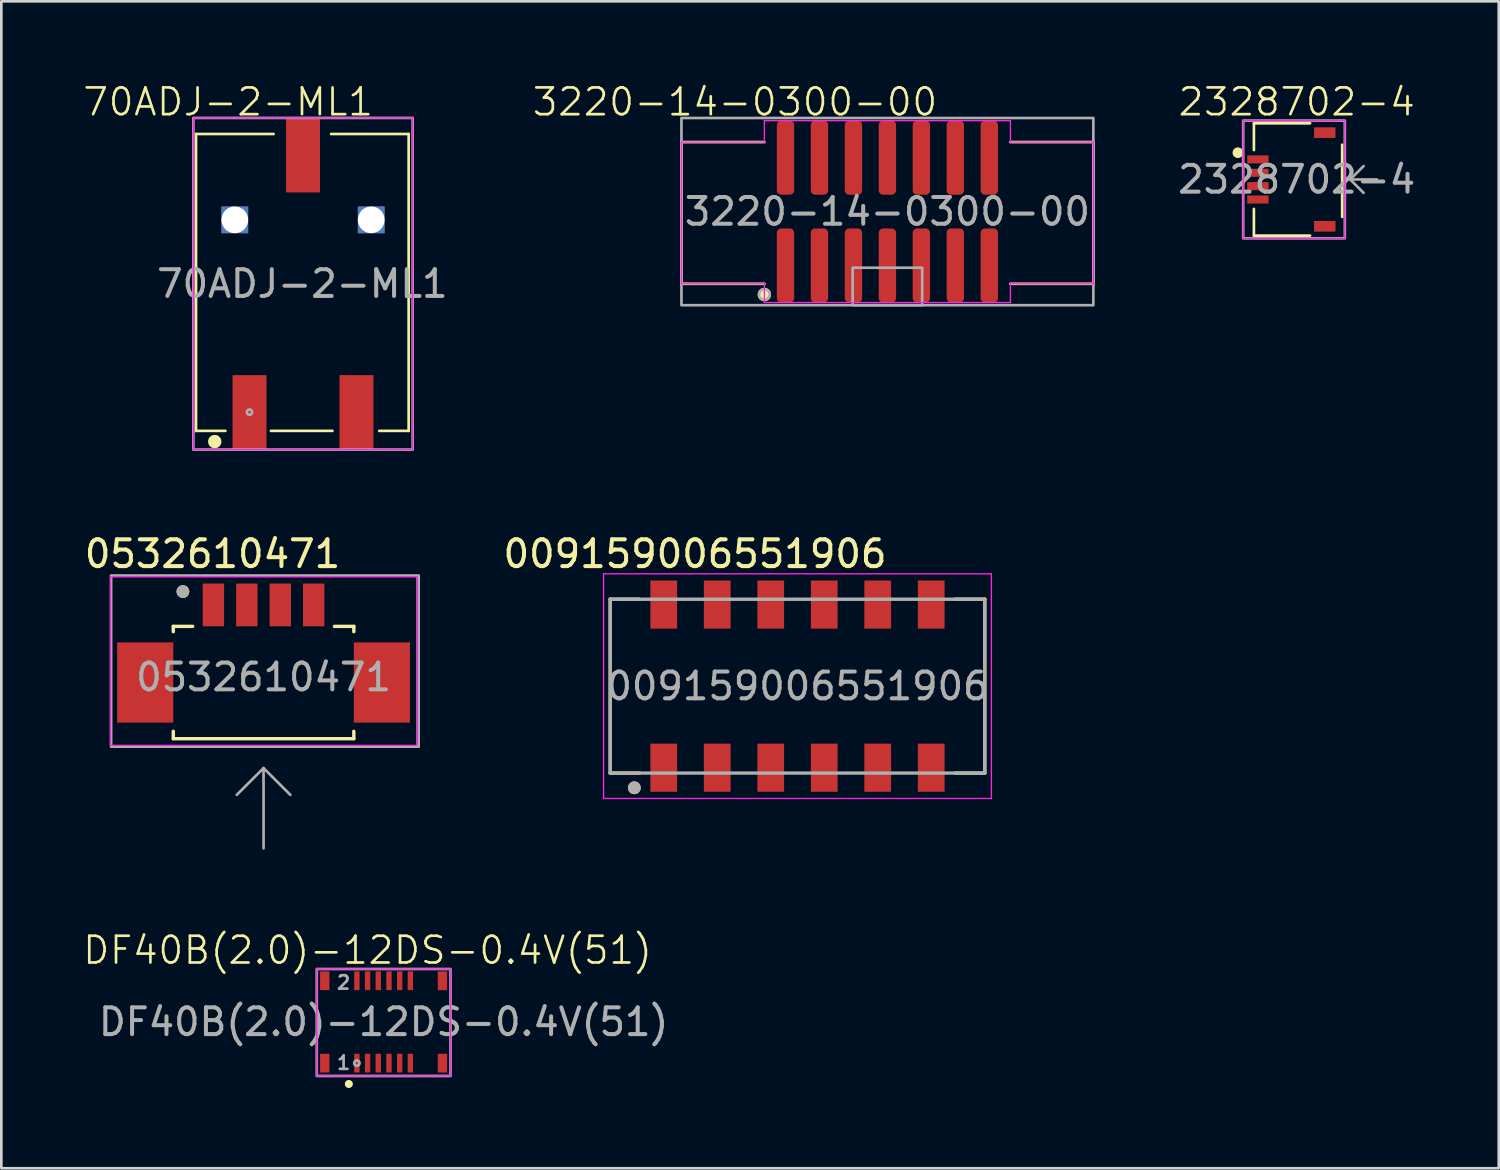
<source format=kicad_pcb>
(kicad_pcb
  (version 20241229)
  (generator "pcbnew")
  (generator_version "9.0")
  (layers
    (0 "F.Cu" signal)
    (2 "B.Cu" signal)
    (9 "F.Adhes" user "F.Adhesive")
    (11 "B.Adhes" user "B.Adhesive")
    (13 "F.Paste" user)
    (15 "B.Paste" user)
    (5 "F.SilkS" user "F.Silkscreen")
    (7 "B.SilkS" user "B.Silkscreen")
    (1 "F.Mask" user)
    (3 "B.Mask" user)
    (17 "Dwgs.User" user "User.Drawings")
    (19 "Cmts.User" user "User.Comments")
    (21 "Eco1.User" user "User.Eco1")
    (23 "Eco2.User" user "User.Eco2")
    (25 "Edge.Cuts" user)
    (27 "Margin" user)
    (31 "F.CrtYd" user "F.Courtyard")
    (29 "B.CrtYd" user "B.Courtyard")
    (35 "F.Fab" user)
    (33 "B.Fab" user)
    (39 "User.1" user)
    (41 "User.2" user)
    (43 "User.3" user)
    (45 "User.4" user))
  (footprint "70ADJ-2-ML1"
    (layer "F.Cu")
    (at 8.254 7.545)
    (property "Reference" "70ADJ-2-ML1" (at -2.775 -6.785 0) (unlocked yes) (layer "F.SilkS") (effects (font (size 1 1) (thickness 0.1))))
    (attr smd)
    (fp_line (start -3.975 -5.585) (end -3.975 5.515) (stroke (width 0.1) (type default)) (layer "F.SilkS"))
    (fp_line (start -3.975 5.515) (end -2.875 5.515) (stroke (width 0.1) (type default)) (layer "F.SilkS"))
    (fp_line (start -1.175 5.515) (end 1.125 5.515) (stroke (width 0.1) (type default)) (layer "F.SilkS"))
    (fp_line (start -1.075 -5.585) (end -3.975 -5.585) (stroke (width 0.1) (type default)) (layer "F.SilkS"))
    (fp_line (start 2.875 5.515) (end 3.975 5.515) (stroke (width 0.1) (type default)) (layer "F.SilkS"))
    (fp_line (start 3.975 -5.585) (end 1.075 -5.585) (stroke (width 0.1) (type default)) (layer "F.SilkS"))
    (fp_line (start 3.975 -5.585) (end 3.975 5.515) (stroke (width 0.1) (type default)) (layer "F.SilkS"))
    (fp_circle (center -3.275 5.915) (end -3.075 5.915) (stroke (width 0.1) (type solid)) (fill yes) (layer "F.SilkS"))
    (fp_rect (start -4.075 -6.185) (end 4.125 6.215) (stroke (width 0.05) (type default)) (fill no) (layer "F.CrtYd"))
    (fp_rect (start -4.075 -6.185) (end 4.125 6.215) (stroke (width 0.1) (type default)) (fill no) (layer "F.Fab"))
    (fp_circle (center -1.975 4.815) (end -1.875 4.815) (stroke (width 0.1) (type solid)) (fill no) (layer "F.Fab"))
    (fp_text user "${REFERENCE}" (at 0 0.015 0) (unlocked yes) (layer "F.Fab") (effects (font (size 1 1) (thickness 0.15))))
    (pad "" np_thru_hole rect (at -2.525 -2.375) (size 1 1) (drill 1.57) (layers "*.Cu" "*.Mask"))
    (pad "" np_thru_hole rect (at 2.575 -2.375) (size 1 1) (drill 1.57) (layers "*.Cu" "*.Mask"))
    (pad "1" smd rect (at -1.975 4.83) (size 1.27 2.8) (layers "F.Cu" "F.Mask" "F.Paste"))
    (pad "2" smd rect (at 2.025 4.83) (size 1.27 2.8) (layers "F.Cu" "F.Mask" "F.Paste"))
    (pad "MP" smd rect (at 0.025 -4.8) (size 1.27 2.8) (layers "F.Cu" "F.Mask" "F.Paste")))
  (footprint "009159006551906"
    (layer "F.Cu")
    (at 26.767 22.604)
    (property "Reference" "009159006551906" (at -3.832 -4.944 0) (layer "F.SilkS") (effects (font (size 1.002 1.002) (thickness 0.15))))
    (attr smd)
    (fp_line (start -7 -3.25) (end -5.9 -3.25) (stroke (width 0.127) (type solid)) (layer "F.SilkS"))
    (fp_line (start -7 3.25) (end -7 -3.25) (stroke (width 0.127) (type solid)) (layer "F.SilkS"))
    (fp_line (start -7 3.25) (end -5.9 3.25) (stroke (width 0.127) (type solid)) (layer "F.SilkS"))
    (fp_line (start 7 -3.25) (end 5.9 -3.25) (stroke (width 0.127) (type solid)) (layer "F.SilkS"))
    (fp_line (start 7 -3.25) (end 7 3.25) (stroke (width 0.127) (type solid)) (layer "F.SilkS"))
    (fp_line (start 7 3.25) (end 5.9 3.25) (stroke (width 0.127) (type solid)) (layer "F.SilkS"))
    (fp_circle (center -6.1 3.8) (end -5.98 3.8) (stroke (width 0.24) (type solid)) (fill no) (layer "F.SilkS"))
    (fp_line (start -7.25 -4.2) (end 7.25 -4.2) (stroke (width 0.05) (type solid)) (layer "F.CrtYd"))
    (fp_line (start -7.25 4.2) (end -7.25 -4.2) (stroke (width 0.05) (type solid)) (layer "F.CrtYd"))
    (fp_line (start 7.25 -4.2) (end 7.25 4.2) (stroke (width 0.05) (type solid)) (layer "F.CrtYd"))
    (fp_line (start 7.25 4.2) (end -7.25 4.2) (stroke (width 0.05) (type solid)) (layer "F.CrtYd"))
    (fp_line (start -7 -3.25) (end 7 -3.25) (stroke (width 0.127) (type solid)) (layer "F.Fab"))
    (fp_line (start -7 3.25) (end -7 -3.25) (stroke (width 0.127) (type solid)) (layer "F.Fab"))
    (fp_line (start 7 -3.25) (end 7 3.25) (stroke (width 0.127) (type solid)) (layer "F.Fab"))
    (fp_line (start 7 3.25) (end -7 3.25) (stroke (width 0.127) (type solid)) (layer "F.Fab"))
    (fp_circle (center -6.1 3.8) (end -5.98 3.8) (stroke (width 0.24) (type solid)) (fill no) (layer "F.Fab"))
    (fp_text user "${REFERENCE}" (at 0 0 0) (unlocked yes) (layer "F.Fab") (effects (font (size 1 1) (thickness 0.15))))
    (pad "1" smd rect (at -5 3.05) (size 1 1.8) (layers "F.Cu" "F.Mask" "F.Paste"))
    (pad "1_1" smd rect (at -5 -3.05) (size 1 1.8) (layers "F.Cu" "F.Mask" "F.Paste"))
    (pad "2" smd rect (at -3 3.05) (size 1 1.8) (layers "F.Cu" "F.Mask" "F.Paste"))
    (pad "2_1" smd rect (at -3 -3.05) (size 1 1.8) (layers "F.Cu" "F.Mask" "F.Paste"))
    (pad "3" smd rect (at -1 3.05) (size 1 1.8) (layers "F.Cu" "F.Mask" "F.Paste"))
    (pad "3_1" smd rect (at -1 -3.05) (size 1 1.8) (layers "F.Cu" "F.Mask" "F.Paste"))
    (pad "4" smd rect (at 1 3.05) (size 1 1.8) (layers "F.Cu" "F.Mask" "F.Paste"))
    (pad "4_1" smd rect (at 1 -3.05) (size 1 1.8) (layers "F.Cu" "F.Mask" "F.Paste"))
    (pad "5" smd rect (at 3 3.05) (size 1 1.8) (layers "F.Cu" "F.Mask" "F.Paste"))
    (pad "5_1" smd rect (at 3 -3.05) (size 1 1.8) (layers "F.Cu" "F.Mask" "F.Paste"))
    (pad "6" smd rect (at 5 3.05) (size 1 1.8) (layers "F.Cu" "F.Mask" "F.Paste"))
    (pad "6_1" smd rect (at 5 -3.05) (size 1 1.8) (layers "F.Cu" "F.Mask" "F.Paste")))
  (footprint "DF40B(2.0)-12DS-0.4V(51)"
    (layer "F.Cu")
    (at 11.293 35.159)
    (property "Reference" "DF40B(2.0)-12DS-0.4V(51)" (at -0.6 -2.68 0) (unlocked yes) (layer "F.SilkS") (effects (font (size 1 1) (thickness 0.1))))
    (attr smd)
    (fp_circle (center -1.3 2.32) (end -1.2 2.32) (stroke (width 0.1) (type solid)) (fill yes) (layer "F.SilkS"))
    (fp_rect (start 2.5 -1.98) (end -2.5 2.02) (stroke (width 0.05) (type default)) (fill no) (layer "F.CrtYd"))
    (fp_rect (start 2.5 -1.98) (end -2.5 2.02) (stroke (width 0.1) (type default)) (fill no) (layer "F.Fab"))
    (fp_circle (center -1 1.54) (end -0.9 1.54) (stroke (width 0.1) (type solid)) (fill no) (layer "F.Fab"))
    (fp_text user "2" (at -1.8 -1.18 0) (unlocked yes) (layer "F.Fab") (effects (font (size 0.5 0.5) (thickness 0.1) (bold yes)) (justify left bottom)))
    (fp_text user "1" (at -1.8 1.82 0) (unlocked yes) (layer "F.Fab") (effects (font (size 0.5 0.5) (thickness 0.1) (bold yes)) (justify left bottom)))
    (fp_text user "${REFERENCE}" (at 0 0 0) (unlocked yes) (layer "F.Fab") (effects (font (size 1 1) (thickness 0.15))))
    (pad "1" smd rect (at -1 1.54 180) (size 0.2 0.7) (layers "F.Cu" "F.Mask" "F.Paste"))
    (pad "2" smd rect (at -1 -1.54 180) (size 0.2 0.7) (layers "F.Cu" "F.Mask" "F.Paste"))
    (pad "3" smd rect (at -0.6 1.54 180) (size 0.2 0.7) (layers "F.Cu" "F.Mask" "F.Paste"))
    (pad "4" smd rect (at -0.6 -1.54 180) (size 0.2 0.7) (layers "F.Cu" "F.Mask" "F.Paste"))
    (pad "5" smd rect (at -0.2 1.54 180) (size 0.2 0.7) (layers "F.Cu" "F.Mask" "F.Paste"))
    (pad "6" smd rect (at -0.2 -1.54 180) (size 0.2 0.7) (layers "F.Cu" "F.Mask" "F.Paste"))
    (pad "7" smd rect (at 0.2 1.54 180) (size 0.2 0.7) (layers "F.Cu" "F.Mask" "F.Paste"))
    (pad "8" smd rect (at 0.2 -1.54 180) (size 0.2 0.7) (layers "F.Cu" "F.Mask" "F.Paste"))
    (pad "9" smd rect (at 0.6 1.54 180) (size 0.2 0.7) (layers "F.Cu" "F.Mask" "F.Paste"))
    (pad "10" smd rect (at 0.6 -1.54 180) (size 0.2 0.7) (layers "F.Cu" "F.Mask" "F.Paste"))
    (pad "11" smd rect (at 1 1.54 180) (size 0.2 0.7) (layers "F.Cu" "F.Mask" "F.Paste"))
    (pad "12" smd rect (at 1 -1.54 180) (size 0.2 0.7) (layers "F.Cu" "F.Mask" "F.Paste"))
    (pad "13" smd rect (at -2.2 1.54 180) (size 0.35 0.7) (layers "F.Cu" "F.Mask" "F.Paste"))
    (pad "14" smd rect (at -2.2 -1.54 180) (size 0.35 0.7) (layers "F.Cu" "F.Mask" "F.Paste"))
    (pad "15" smd rect (at 2.2 1.54 180) (size 0.35 0.7) (layers "F.Cu" "F.Mask" "F.Paste"))
    (pad "16" smd rect (at 2.2 -1.54 180) (size 0.35 0.7) (layers "F.Cu" "F.Mask" "F.Paste")))
  (footprint "0532610471"
    (layer "F.Cu")
    (at 6.804 21.668)
    (property "Reference" "0532610471" (at -1.908 -4.008 0) (layer "F.SilkS") (effects (font (size 1.002 1.002) (thickness 0.15))))
    (attr smd)
    (fp_line (start -3.375 -1.3) (end -3.375 -1.1) (stroke (width 0.127) (type solid)) (layer "F.SilkS"))
    (fp_line (start -3.375 2.9) (end -3.375 2.625) (stroke (width 0.127) (type solid)) (layer "F.SilkS"))
    (fp_line (start -3.375 2.9) (end 3.375 2.9) (stroke (width 0.127) (type solid)) (layer "F.SilkS"))
    (fp_line (start -2.65 -1.3) (end -3.375 -1.3) (stroke (width 0.127) (type solid)) (layer "F.SilkS"))
    (fp_line (start 2.65 -1.3) (end 3.375 -1.3) (stroke (width 0.127) (type solid)) (layer "F.SilkS"))
    (fp_line (start 3.375 -1.3) (end 3.375 -1.1) (stroke (width 0.127) (type solid)) (layer "F.SilkS"))
    (fp_line (start 3.375 2.9) (end 3.375 2.625) (stroke (width 0.127) (type solid)) (layer "F.SilkS"))
    (fp_circle (center -3.015 -2.6) (end -2.895 -2.6) (stroke (width 0.24) (type solid)) (fill no) (layer "F.SilkS"))
    (fp_line (start -5.725 -3.15) (end 5.725 -3.15) (stroke (width 0.05) (type solid)) (layer "F.CrtYd"))
    (fp_line (start -5.725 3.15) (end -5.725 -3.15) (stroke (width 0.05) (type solid)) (layer "F.CrtYd"))
    (fp_line (start 5.725 -3.15) (end 5.725 3.15) (stroke (width 0.05) (type solid)) (layer "F.CrtYd"))
    (fp_line (start 5.725 3.15) (end -5.725 3.15) (stroke (width 0.05) (type solid)) (layer "F.CrtYd"))
    (fp_line (start 0 4) (end -1 5) (stroke (width 0.1) (type default)) (layer "F.Fab"))
    (fp_line (start 0 4) (end 0 7) (stroke (width 0.1) (type default)) (layer "F.Fab"))
    (fp_line (start 0 4) (end 1 5) (stroke (width 0.1) (type default)) (layer "F.Fab"))
    (fp_rect (start -5.7 -3.2) (end 5.8 3.2) (stroke (width 0.1) (type default)) (fill no) (layer "F.Fab"))
    (fp_circle (center -3.015 -2.6) (end -2.895 -2.6) (stroke (width 0.24) (type solid)) (fill no) (layer "F.Fab"))
    (fp_text user "${REFERENCE}" (at 0 0.6 0) (unlocked yes) (layer "F.Fab") (effects (font (size 1 1) (thickness 0.15))))
    (pad "1" smd rect (at -1.875 -2.1) (size 0.8 1.6) (layers "F.Cu" "F.Mask" "F.Paste"))
    (pad "2" smd rect (at -0.625 -2.1) (size 0.8 1.6) (layers "F.Cu" "F.Mask" "F.Paste"))
    (pad "3" smd rect (at 0.625 -2.1) (size 0.8 1.6) (layers "F.Cu" "F.Mask" "F.Paste"))
    (pad "4" smd rect (at 1.875 -2.1) (size 0.8 1.6) (layers "F.Cu" "F.Mask" "F.Paste"))
    (pad "S1" smd rect (at -4.425 0.8) (size 2.1 3) (layers "F.Cu" "F.Mask" "F.Paste"))
    (pad "S2" smd rect (at 4.425 0.8) (size 2.1 3) (layers "F.Cu" "F.Mask" "F.Paste")))
  (footprint "2328702-4"
    (layer "F.Cu")
    (at 45.432 3.66)
    (property "Reference" "2328702-4" (at 0 -2.9 0) (unlocked yes) (layer "F.SilkS") (effects (font (size 1 1) (thickness 0.1))))
    (attr smd)
    (fp_line (start -1.6 -2.1) (end -1.6 -1.1) (stroke (width 0.1) (type default)) (layer "F.SilkS"))
    (fp_line (start -1.6 1.1) (end -1.6 2.1) (stroke (width 0.1) (type default)) (layer "F.SilkS"))
    (fp_line (start 0.5 -2.1) (end -1.6 -2.1) (stroke (width 0.1) (type default)) (layer "F.SilkS"))
    (fp_line (start 0.5 2.1) (end -1.6 2.1) (stroke (width 0.1) (type default)) (layer "F.SilkS"))
    (fp_line (start 1.7 -1.3) (end 1.7 1.4) (stroke (width 0.1) (type default)) (layer "F.SilkS"))
    (fp_circle (center -2.2 -1) (end -2.1 -1) (stroke (width 0.2) (type default)) (fill no) (layer "F.SilkS"))
    (fp_rect (start -2 -2.2) (end 1.8 2.2) (stroke (width 0.05) (type default)) (fill no) (layer "F.CrtYd"))
    (fp_line (start 2 0) (end 2.5 -0.5) (stroke (width 0.1) (type default)) (layer "F.Fab"))
    (fp_line (start 2 0) (end 2.5 0.5) (stroke (width 0.1) (type default)) (layer "F.Fab"))
    (fp_line (start 2 0) (end 3 0) (stroke (width 0.1) (type default)) (layer "F.Fab"))
    (fp_rect (start -2 -2.2) (end 1.8 2.2) (stroke (width 0.1) (type default)) (fill no) (layer "F.Fab"))
    (fp_text user "${REFERENCE}" (at 0 0 0) (unlocked yes) (layer "F.Fab") (effects (font (size 1 1) (thickness 0.15))))
    (pad "1" smd rect (at -1.45 -0.75) (size 0.8 0.3) (layers "F.Cu" "F.Mask" "F.Paste"))
    (pad "2" smd rect (at -1.45 -0.25) (size 0.8 0.3) (layers "F.Cu" "F.Mask" "F.Paste"))
    (pad "3" smd rect (at -1.45 0.25) (size 0.8 0.3) (layers "F.Cu" "F.Mask" "F.Paste"))
    (pad "4" smd rect (at -1.45 0.75) (size 0.8 0.3) (layers "F.Cu" "F.Mask" "F.Paste"))
    (pad "5" smd rect (at 1.05 -1.75) (size 0.8 0.4) (layers "F.Cu" "F.Mask" "F.Paste"))
    (pad "6" smd rect (at 1.05 1.75) (size 0.8 0.4) (layers "F.Cu" "F.Mask" "F.Paste")))
  (footprint "3220-14-0300-00"
    (layer "F.Cu")
    (at 30.129 4.861)
    (property "Reference" "3220-14-0300-00" (at -5.7 -4.1 0) (unlocked yes) (layer "F.SilkS") (effects (font (size 1 1) (thickness 0.1))))
    (attr smd)
    (fp_line (start -7.7 -2.6) (end -7.7 2.7) (stroke (width 0.1) (type default)) (layer "F.SilkS"))
    (fp_line (start -7.7 -2.6) (end -4.6 -2.6) (stroke (width 0.1) (type default)) (layer "F.SilkS"))
    (fp_line (start -7.7 2.7) (end -4.6 2.7) (stroke (width 0.1) (type default)) (layer "F.SilkS"))
    (fp_line (start 7.7 -2.6) (end 4.6 -2.6) (stroke (width 0.1) (type default)) (layer "F.SilkS"))
    (fp_line (start 7.7 -2.6) (end 7.7 2.7) (stroke (width 0.1) (type default)) (layer "F.SilkS"))
    (fp_line (start 7.7 2.7) (end 4.6 2.7) (stroke (width 0.1) (type default)) (layer "F.SilkS"))
    (fp_circle (center -4.6 3.1) (end -4.4 3.1) (stroke (width 0.1) (type solid)) (fill yes) (layer "F.SilkS"))
    (fp_line (start -7.7 -2.6) (end -4.6 -2.6) (stroke (width 0.05) (type default)) (layer "F.CrtYd"))
    (fp_line (start -7.7 2.7) (end -7.7 -2.6) (stroke (width 0.05) (type default)) (layer "F.CrtYd"))
    (fp_line (start -4.6 -3.4) (end 4.6 -3.4) (stroke (width 0.05) (type default)) (layer "F.CrtYd"))
    (fp_line (start -4.6 -2.6) (end -4.6 -3.4) (stroke (width 0.05) (type default)) (layer "F.CrtYd"))
    (fp_line (start -4.6 2.7) (end -7.7 2.7) (stroke (width 0.05) (type default)) (layer "F.CrtYd"))
    (fp_line (start -4.6 3.4) (end -4.6 2.7) (stroke (width 0.05) (type default)) (layer "F.CrtYd"))
    (fp_line (start 4.6 -3.4) (end 4.6 -2.6) (stroke (width 0.05) (type default)) (layer "F.CrtYd"))
    (fp_line (start 4.6 -2.6) (end 7.7 -2.6) (stroke (width 0.05) (type default)) (layer "F.CrtYd"))
    (fp_line (start 4.6 2.7) (end 4.6 3.4) (stroke (width 0.05) (type default)) (layer "F.CrtYd"))
    (fp_line (start 4.6 3.4) (end -4.6 3.4) (stroke (width 0.05) (type default)) (layer "F.CrtYd"))
    (fp_line (start 7.7 -2.6) (end 7.7 2.7) (stroke (width 0.05) (type default)) (layer "F.CrtYd"))
    (fp_line (start 7.7 2.7) (end 4.6 2.7) (stroke (width 0.05) (type default)) (layer "F.CrtYd"))
    (fp_rect (start -7.7 -3.5) (end 7.7 3.5) (stroke (width 0.1) (type default)) (fill no) (layer "F.Fab"))
    (fp_rect (start 1.3 3.5) (end -1.3 2.1) (stroke (width 0.1) (type solid)) (fill no) (layer "F.Fab"))
    (fp_circle (center -4.6 3.1) (end -4.4 3.1) (stroke (width 0.1) (type solid)) (fill no) (layer "F.Fab"))
    (fp_text user "${REFERENCE}" (at 0 0 0) (unlocked yes) (layer "F.Fab") (effects (font (size 1 1) (thickness 0.15))))
    (pad "1" smd roundrect (at -3.81 2.015) (size 0.65 2.77) (layers "F.Cu" "F.Mask" "F.Paste") (roundrect_rratio 0.25))
    (pad "2" smd roundrect (at -3.81 -2.015) (size 0.65 2.77) (layers "F.Cu" "F.Mask" "F.Paste") (roundrect_rratio 0.25))
    (pad "3" smd roundrect (at -2.54 2.015) (size 0.65 2.77) (layers "F.Cu" "F.Mask" "F.Paste") (roundrect_rratio 0.25))
    (pad "4" smd roundrect (at -2.54 -2.015) (size 0.65 2.77) (layers "F.Cu" "F.Mask" "F.Paste") (roundrect_rratio 0.25))
    (pad "5" smd roundrect (at -1.27 2.015) (size 0.65 2.77) (layers "F.Cu" "F.Mask" "F.Paste") (roundrect_rratio 0.25))
    (pad "6" smd roundrect (at -1.27 -2.015) (size 0.65 2.77) (layers "F.Cu" "F.Mask" "F.Paste") (roundrect_rratio 0.25))
    (pad "7" smd roundrect (at 0 2.015) (size 0.65 2.77) (layers "F.Cu" "F.Mask" "F.Paste") (roundrect_rratio 0.25))
    (pad "8" smd roundrect (at 0 -2.015) (size 0.65 2.77) (layers "F.Cu" "F.Mask" "F.Paste") (roundrect_rratio 0.25))
    (pad "9" smd roundrect (at 1.27 2.015) (size 0.65 2.77) (layers "F.Cu" "F.Mask" "F.Paste") (roundrect_rratio 0.25))
    (pad "10" smd roundrect (at 1.27 -2.015) (size 0.65 2.77) (layers "F.Cu" "F.Mask" "F.Paste") (roundrect_rratio 0.25))
    (pad "11" smd roundrect (at 2.54 2.015) (size 0.65 2.77) (layers "F.Cu" "F.Mask" "F.Paste") (roundrect_rratio 0.25))
    (pad "12" smd roundrect (at 2.54 -2.015) (size 0.65 2.77) (layers "F.Cu" "F.Mask" "F.Paste") (roundrect_rratio 0.25))
    (pad "13" smd roundrect (at 3.81 2.015) (size 0.65 2.77) (layers "F.Cu" "F.Mask" "F.Paste") (roundrect_rratio 0.25))
    (pad "14" smd roundrect (at 3.81 -2.015) (size 0.65 2.77) (layers "F.Cu" "F.Mask" "F.Paste") (roundrect_rratio 0.25)))
  (gr_rect
    (start -3 -3)
    (end 52.986 40.629)
    (stroke (width 0.1) (type default))
    (fill no)
    (layer "Edge.Cuts")))
</source>
